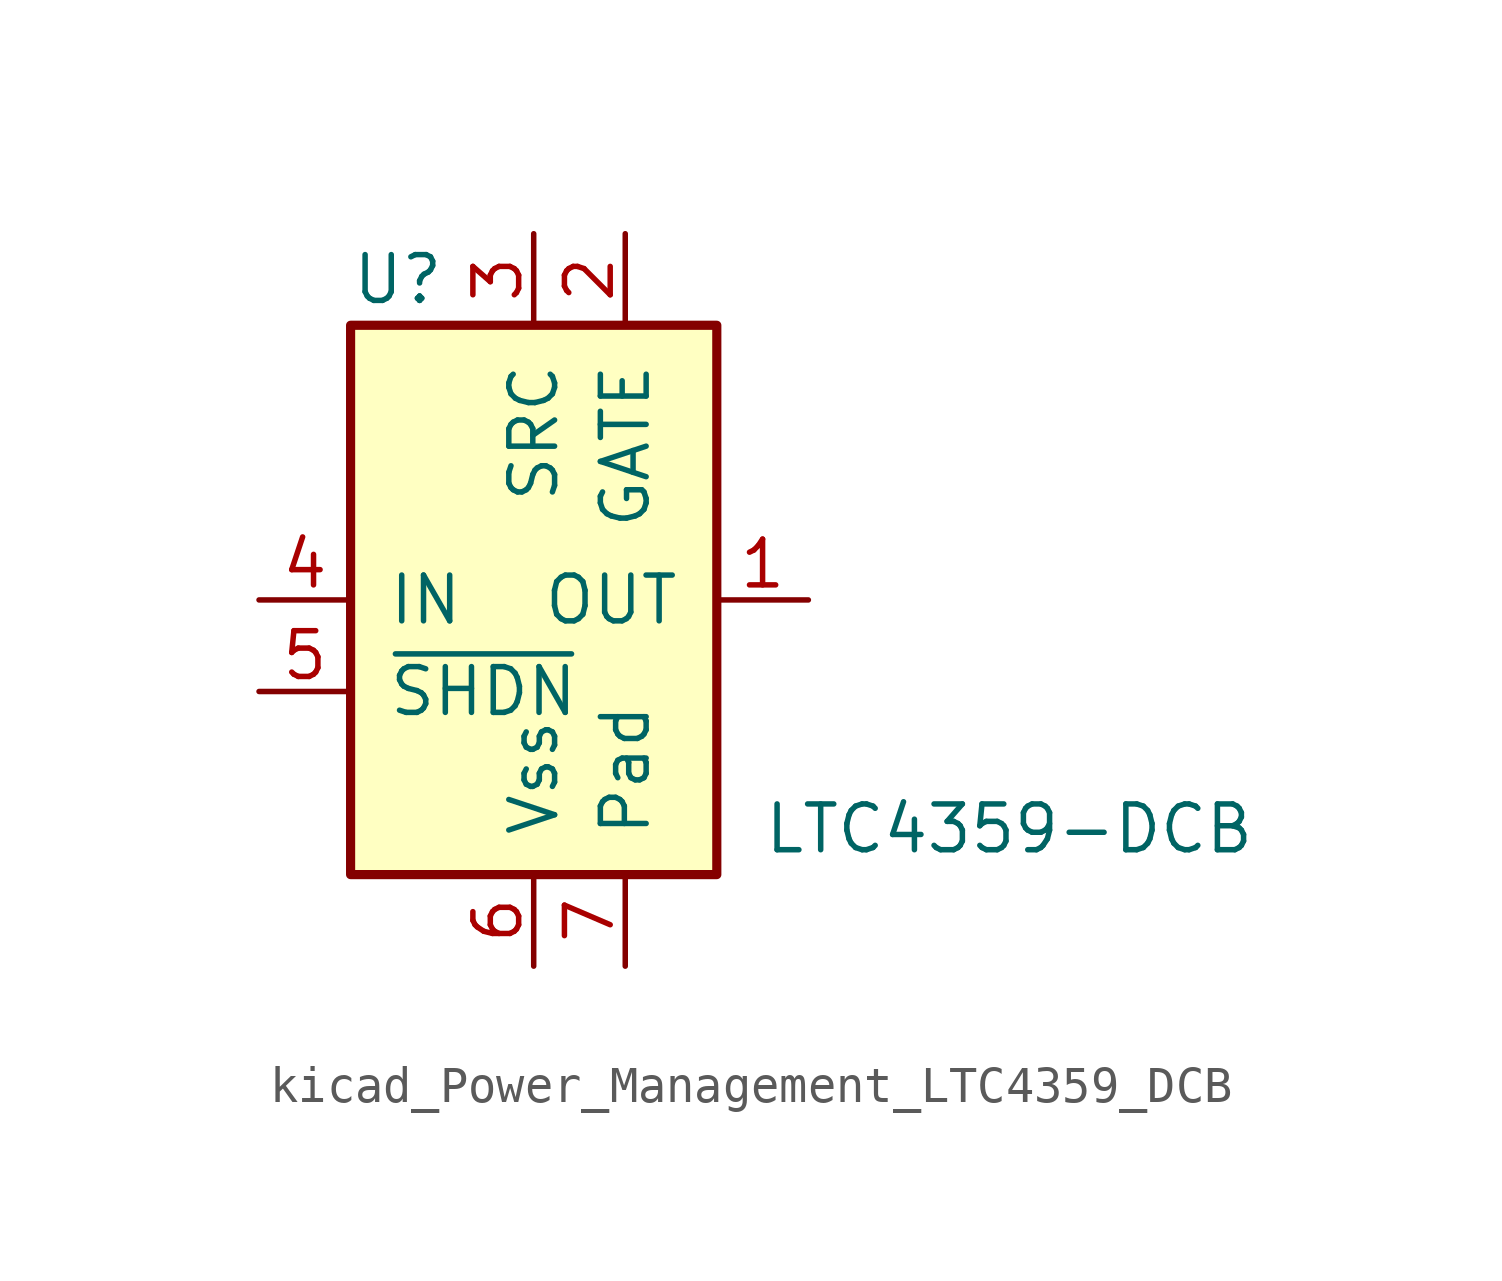
<source format=kicad_sym>
(kicad_symbol_lib
  (version 20220914)
  (generator kicad_symbol_editor)
  (symbol "kicad_Power_Management_LTC4359_DCB"
    (pin_names
      (offset 1.016))
    (property "Reference" "U"
      (at -5.08 8.89 0)
      (effects (font (size 1.27 1.27)) (justify left)))
    (property "Value" "LTC4359-DCB"
      (at 6.35 -6.35 0)
      (effects (font (size 1.27 1.27)) (justify left)))
    (symbol "kicad_Power_Management_LTC4359_DCB_0_1"
      (rectangle (start -5.08 7.62) (end 5.08 -7.62) (stroke (width 0.254) (type default)) (fill (type background))))
    (symbol "kicad_Power_Management_LTC4359_DCB_1_1"
      (pin input line (at 7.62 0 180) (length 2.54) (name "OUT" (effects (font (size 1.27 1.27)))) (number "1" (effects (font (size 1.27 1.27)))))
      (pin output line (at 2.54 10.16 270) (length 2.54) (name "GATE" (effects (font (size 1.27 1.27)))) (number "2" (effects (font (size 1.27 1.27)))))
      (pin input line (at 0 10.16 270) (length 2.54) (name "SRC" (effects (font (size 1.27 1.27)))) (number "3" (effects (font (size 1.27 1.27)))))
      (pin power_in line (at -7.62 0 0) (length 2.54) (name "IN" (effects (font (size 1.27 1.27)))) (number "4" (effects (font (size 1.27 1.27)))))
      (pin input line (at -7.62 -2.54 0) (length 2.54) (name "~{SHDN}" (effects (font (size 1.27 1.27)))) (number "5" (effects (font (size 1.27 1.27)))))
      (pin power_in line (at 0 -10.16 90) (length 2.54) (name "Vss" (effects (font (size 1.27 1.27)))) (number "6" (effects (font (size 1.27 1.27)))))
      (pin power_in line (at 2.54 -10.16 90) (length 2.54) (name "Pad" (effects (font (size 1.27 1.27)))) (number "7" (effects (font (size 1.27 1.27))))))))
</source>
